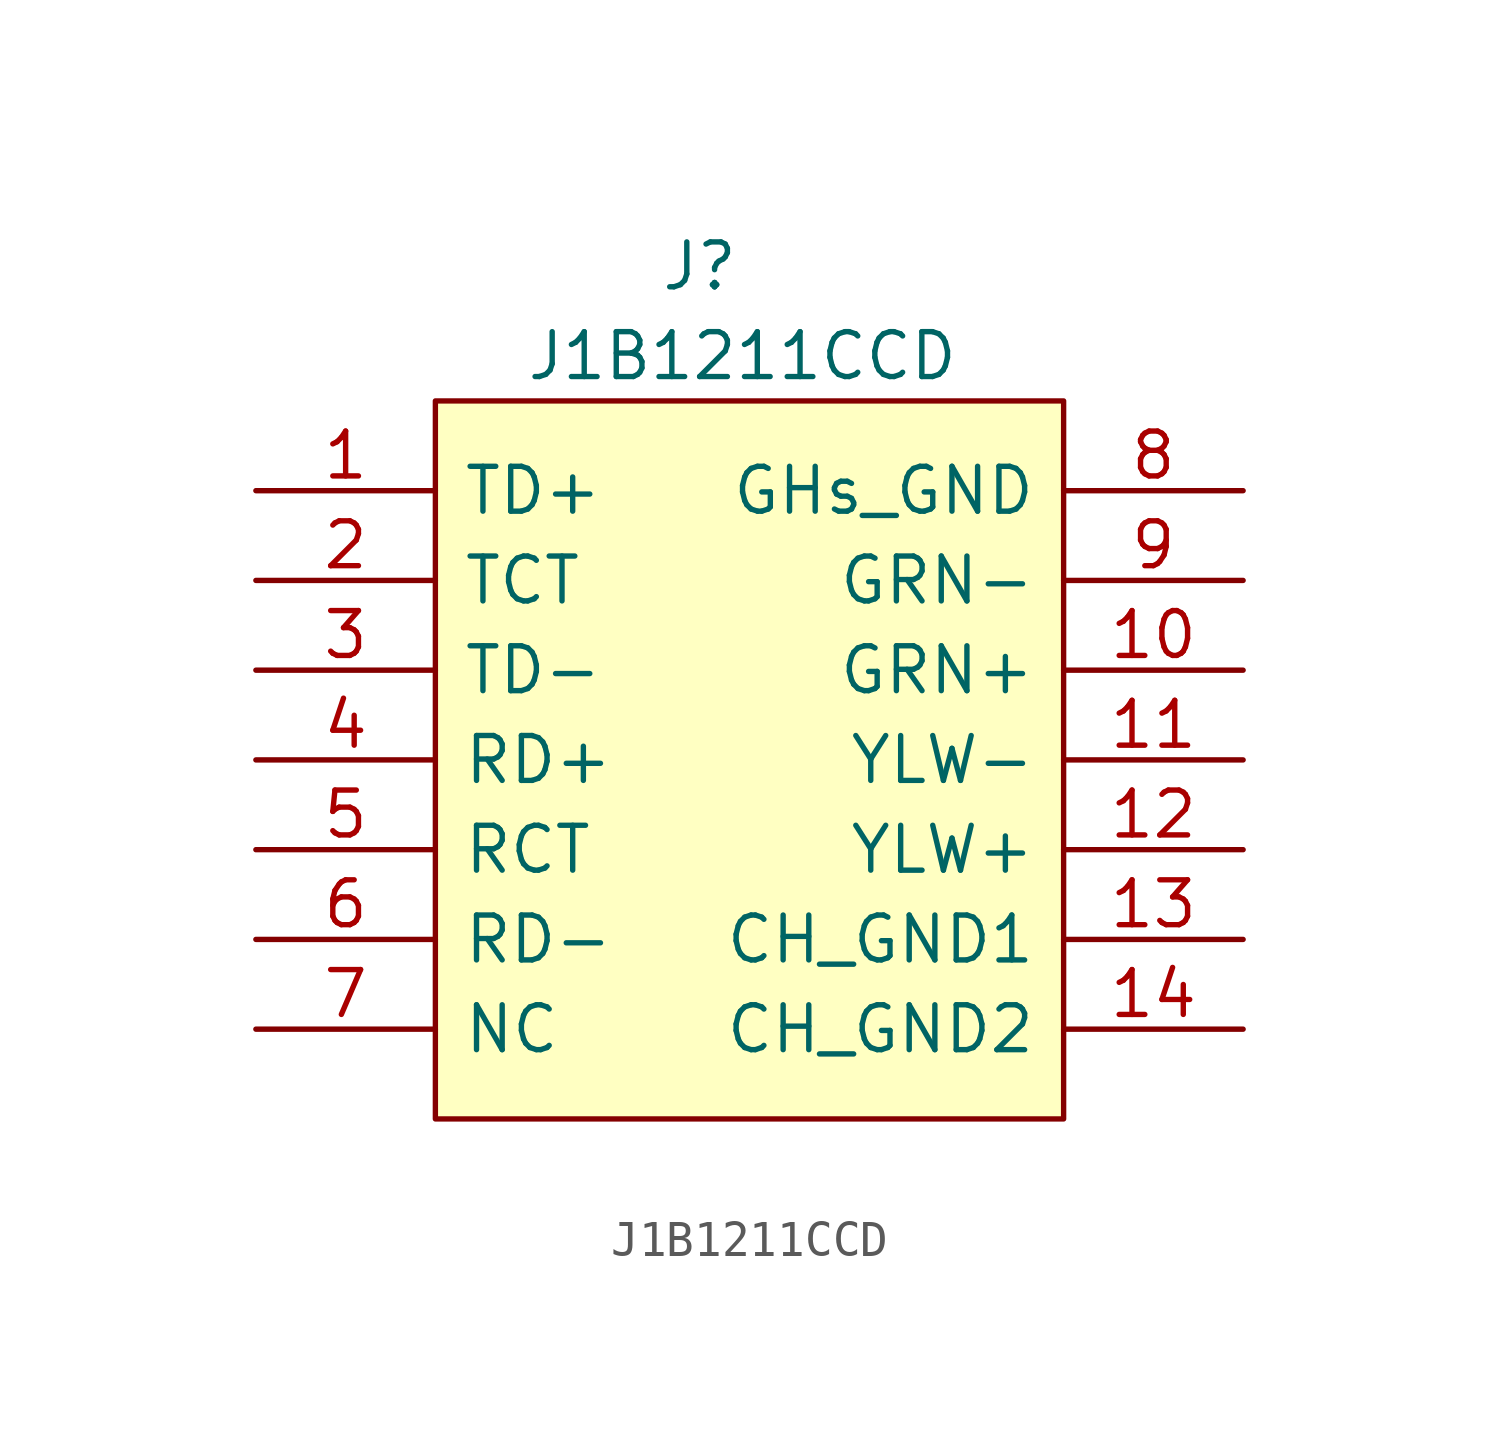
<source format=kicad_sym>
(kicad_symbol_lib
  (version 20211014)
  (generator kicad_symbol_editor)
  (symbol "J1B1211CCD"
    (pin_names
      (offset 0.762))
    (property "Reference" "J"
      (at -2.54 13.97 0)
      (effects (font (size 1.27 1.27)) (justify left)))
    (property "Value" "J1B1211CCD"
      (at -6.35 11.43 0)
      (effects (font (size 1.27 1.27)) (justify left)))
    (symbol "J1B1211CCD_0_0"
      (pin passive line (at -13.97 7.62 0) (length 5.08) (name "TD+" (effects (font (size 1.27 1.27)))) (number "1" (effects (font (size 1.27 1.27)))))
      (pin passive line (at 13.97 2.54 180) (length 5.08) (name "GRN+" (effects (font (size 1.27 1.27)))) (number "10" (effects (font (size 1.27 1.27)))))
      (pin passive line (at 13.97 0 180) (length 5.08) (name "YLW-" (effects (font (size 1.27 1.27)))) (number "11" (effects (font (size 1.27 1.27)))))
      (pin passive line (at 13.97 -2.54 180) (length 5.08) (name "YLW+" (effects (font (size 1.27 1.27)))) (number "12" (effects (font (size 1.27 1.27)))))
      (pin passive line (at 13.97 -5.08 180) (length 5.08) (name "CH_GND1" (effects (font (size 1.27 1.27)))) (number "13" (effects (font (size 1.27 1.27)))))
      (pin passive line (at 13.97 -7.62 180) (length 5.08) (name "CH_GND2" (effects (font (size 1.27 1.27)))) (number "14" (effects (font (size 1.27 1.27)))))
      (pin passive line (at -13.97 5.08 0) (length 5.08) (name "TCT" (effects (font (size 1.27 1.27)))) (number "2" (effects (font (size 1.27 1.27)))))
      (pin passive line (at -13.97 2.54 0) (length 5.08) (name "TD-" (effects (font (size 1.27 1.27)))) (number "3" (effects (font (size 1.27 1.27)))))
      (pin passive line (at -13.97 0 0) (length 5.08) (name "RD+" (effects (font (size 1.27 1.27)))) (number "4" (effects (font (size 1.27 1.27)))))
      (pin passive line (at -13.97 -2.54 0) (length 5.08) (name "RCT" (effects (font (size 1.27 1.27)))) (number "5" (effects (font (size 1.27 1.27)))))
      (pin passive line (at -13.97 -5.08 0) (length 5.08) (name "RD-" (effects (font (size 1.27 1.27)))) (number "6" (effects (font (size 1.27 1.27)))))
      (pin passive line (at -13.97 -7.62 0) (length 5.08) (name "NC" (effects (font (size 1.27 1.27)))) (number "7" (effects (font (size 1.27 1.27)))))
      (pin passive line (at 13.97 7.62 180) (length 5.08) (name "GHs_GND" (effects (font (size 1.27 1.27)))) (number "8" (effects (font (size 1.27 1.27)))))
      (pin passive line (at 13.97 5.08 180) (length 5.08) (name "GRN-" (effects (font (size 1.27 1.27)))) (number "9" (effects (font (size 1.27 1.27))))))
    (symbol "J1B1211CCD_0_1"
      (polyline (pts (xy -8.89 10.16) (xy 8.89 10.16) (xy 8.89 -10.16) (xy -8.89 -10.16) (xy -8.89 10.16)) (stroke (width 0.152) (type default) (color 0 0 0 0)) (fill (type background))))))
</source>
